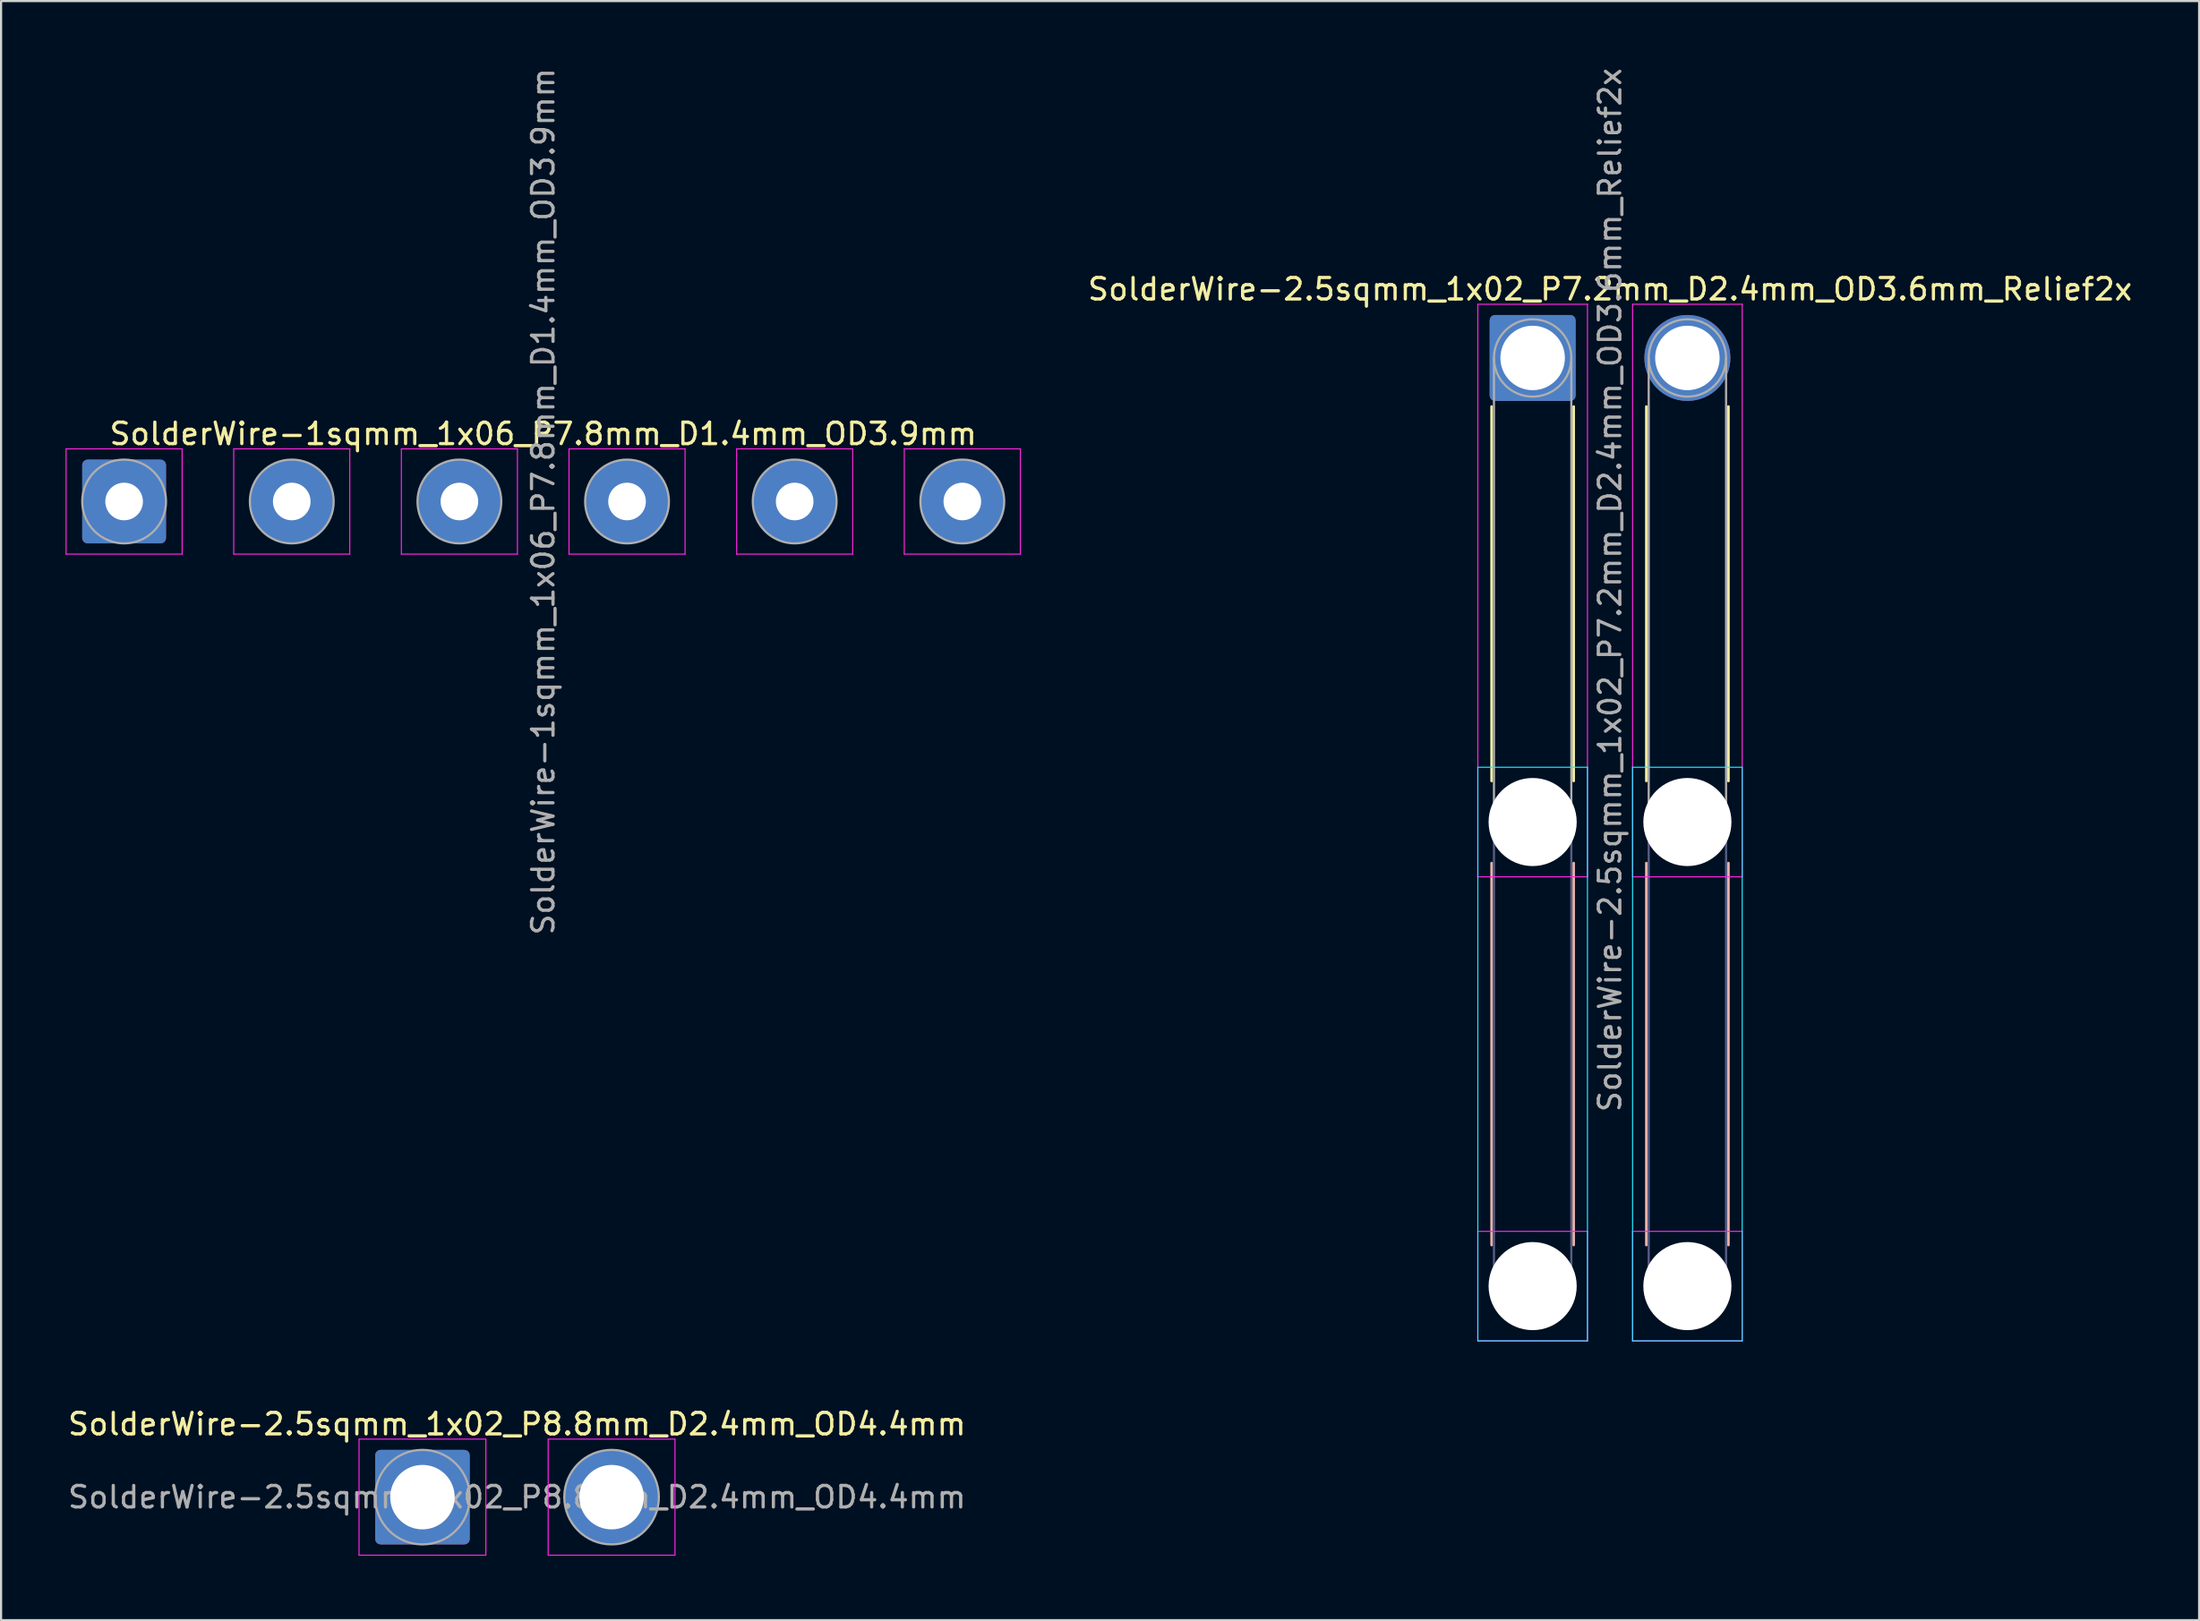
<source format=kicad_pcb>
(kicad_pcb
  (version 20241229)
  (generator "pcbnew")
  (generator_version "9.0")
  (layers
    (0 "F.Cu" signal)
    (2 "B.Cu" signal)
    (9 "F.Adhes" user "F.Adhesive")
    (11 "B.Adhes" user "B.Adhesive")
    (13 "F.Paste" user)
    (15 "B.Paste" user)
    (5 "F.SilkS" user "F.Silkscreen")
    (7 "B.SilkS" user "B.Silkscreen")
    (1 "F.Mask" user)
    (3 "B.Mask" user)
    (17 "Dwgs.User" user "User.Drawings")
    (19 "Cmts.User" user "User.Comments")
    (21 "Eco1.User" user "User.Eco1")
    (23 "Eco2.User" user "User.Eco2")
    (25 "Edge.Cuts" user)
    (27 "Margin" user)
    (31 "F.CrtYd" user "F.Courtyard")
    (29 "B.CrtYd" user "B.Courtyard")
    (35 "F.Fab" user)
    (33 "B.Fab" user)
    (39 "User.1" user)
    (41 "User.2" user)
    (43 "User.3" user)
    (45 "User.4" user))
  (footprint "SolderWire-1sqmm_1x06_P7.8mm_D1.4mm_OD3.9mm"
    (layer "F.Cu")
    (at 2.725 20.292)
    (property "Reference" "SolderWire-1sqmm_1x06_P7.8mm_D1.4mm_OD3.9mm" (at 19.5 -3.15 0) (layer "F.SilkS") (effects (font (size 1 1) (thickness 0.15))))
    (attr exclude_from_pos_files exclude_from_bom)
    (fp_line (start -2.7 -2.45) (end -2.7 2.45) (stroke (width 0.05) (type solid)) (layer "F.CrtYd"))
    (fp_line (start -2.7 2.45) (end 2.7 2.45) (stroke (width 0.05) (type solid)) (layer "F.CrtYd"))
    (fp_line (start 2.7 -2.45) (end -2.7 -2.45) (stroke (width 0.05) (type solid)) (layer "F.CrtYd"))
    (fp_line (start 2.7 2.45) (end 2.7 -2.45) (stroke (width 0.05) (type solid)) (layer "F.CrtYd"))
    (fp_line (start 5.1 -2.45) (end 5.1 2.45) (stroke (width 0.05) (type solid)) (layer "F.CrtYd"))
    (fp_line (start 5.1 2.45) (end 10.5 2.45) (stroke (width 0.05) (type solid)) (layer "F.CrtYd"))
    (fp_line (start 10.5 -2.45) (end 5.1 -2.45) (stroke (width 0.05) (type solid)) (layer "F.CrtYd"))
    (fp_line (start 10.5 2.45) (end 10.5 -2.45) (stroke (width 0.05) (type solid)) (layer "F.CrtYd"))
    (fp_line (start 12.9 -2.45) (end 12.9 2.45) (stroke (width 0.05) (type solid)) (layer "F.CrtYd"))
    (fp_line (start 12.9 2.45) (end 18.3 2.45) (stroke (width 0.05) (type solid)) (layer "F.CrtYd"))
    (fp_line (start 18.3 -2.45) (end 12.9 -2.45) (stroke (width 0.05) (type solid)) (layer "F.CrtYd"))
    (fp_line (start 18.3 2.45) (end 18.3 -2.45) (stroke (width 0.05) (type solid)) (layer "F.CrtYd"))
    (fp_line (start 20.7 -2.45) (end 20.7 2.45) (stroke (width 0.05) (type solid)) (layer "F.CrtYd"))
    (fp_line (start 20.7 2.45) (end 26.1 2.45) (stroke (width 0.05) (type solid)) (layer "F.CrtYd"))
    (fp_line (start 26.1 -2.45) (end 20.7 -2.45) (stroke (width 0.05) (type solid)) (layer "F.CrtYd"))
    (fp_line (start 26.1 2.45) (end 26.1 -2.45) (stroke (width 0.05) (type solid)) (layer "F.CrtYd"))
    (fp_line (start 28.5 -2.45) (end 28.5 2.45) (stroke (width 0.05) (type solid)) (layer "F.CrtYd"))
    (fp_line (start 28.5 2.45) (end 33.9 2.45) (stroke (width 0.05) (type solid)) (layer "F.CrtYd"))
    (fp_line (start 33.9 -2.45) (end 28.5 -2.45) (stroke (width 0.05) (type solid)) (layer "F.CrtYd"))
    (fp_line (start 33.9 2.45) (end 33.9 -2.45) (stroke (width 0.05) (type solid)) (layer "F.CrtYd"))
    (fp_line (start 36.3 -2.45) (end 36.3 2.45) (stroke (width 0.05) (type solid)) (layer "F.CrtYd"))
    (fp_line (start 36.3 2.45) (end 41.7 2.45) (stroke (width 0.05) (type solid)) (layer "F.CrtYd"))
    (fp_line (start 41.7 -2.45) (end 36.3 -2.45) (stroke (width 0.05) (type solid)) (layer "F.CrtYd"))
    (fp_line (start 41.7 2.45) (end 41.7 -2.45) (stroke (width 0.05) (type solid)) (layer "F.CrtYd"))
    (fp_circle (center 0 0) (end 1.95 0) (stroke (width 0.1) (type solid)) (fill no) (layer "F.Fab"))
    (fp_circle (center 7.8 0) (end 9.75 0) (stroke (width 0.1) (type solid)) (fill no) (layer "F.Fab"))
    (fp_circle (center 15.6 0) (end 17.55 0) (stroke (width 0.1) (type solid)) (fill no) (layer "F.Fab"))
    (fp_circle (center 23.4 0) (end 25.35 0) (stroke (width 0.1) (type solid)) (fill no) (layer "F.Fab"))
    (fp_circle (center 31.2 0) (end 33.15 0) (stroke (width 0.1) (type solid)) (fill no) (layer "F.Fab"))
    (fp_circle (center 39 0) (end 40.95 0) (stroke (width 0.1) (type solid)) (fill no) (layer "F.Fab"))
    (fp_text user "${REFERENCE}" (at 19.5 0 90) (layer "F.Fab") (effects (font (size 1 1) (thickness 0.15))))
    (pad "1" thru_hole roundrect (at 0 0) (size 3.9 3.9) (drill 1.75) (layers "*.Cu" "*.Mask") (roundrect_rratio 0.064))
    (pad "2" thru_hole circle (at 7.8 0) (size 3.9 3.9) (drill 1.75) (layers "*.Cu" "*.Mask"))
    (pad "3" thru_hole circle (at 15.6 0) (size 3.9 3.9) (drill 1.75) (layers "*.Cu" "*.Mask"))
    (pad "4" thru_hole circle (at 23.4 0) (size 3.9 3.9) (drill 1.75) (layers "*.Cu" "*.Mask"))
    (pad "5" thru_hole circle (at 31.2 0) (size 3.9 3.9) (drill 1.75) (layers "*.Cu" "*.Mask"))
    (pad "6" thru_hole circle (at 39 0) (size 3.9 3.9) (drill 1.75) (layers "*.Cu" "*.Mask")))
  (footprint "SolderWire-2.5sqmm_1x02_P8.8mm_D2.4mm_OD4.4mm"
    (layer "F.Cu")
    (at 16.606 66.634)
    (property "Reference" "SolderWire-2.5sqmm_1x02_P8.8mm_D2.4mm_OD4.4mm" (at 4.4 -3.4 0) (layer "F.SilkS") (effects (font (size 1 1) (thickness 0.15))))
    (attr exclude_from_pos_files exclude_from_bom)
    (fp_line (start -2.95 -2.7) (end -2.95 2.7) (stroke (width 0.05) (type solid)) (layer "F.CrtYd"))
    (fp_line (start -2.95 2.7) (end 2.95 2.7) (stroke (width 0.05) (type solid)) (layer "F.CrtYd"))
    (fp_line (start 2.95 -2.7) (end -2.95 -2.7) (stroke (width 0.05) (type solid)) (layer "F.CrtYd"))
    (fp_line (start 2.95 2.7) (end 2.95 -2.7) (stroke (width 0.05) (type solid)) (layer "F.CrtYd"))
    (fp_line (start 5.85 -2.7) (end 5.85 2.7) (stroke (width 0.05) (type solid)) (layer "F.CrtYd"))
    (fp_line (start 5.85 2.7) (end 11.75 2.7) (stroke (width 0.05) (type solid)) (layer "F.CrtYd"))
    (fp_line (start 11.75 -2.7) (end 5.85 -2.7) (stroke (width 0.05) (type solid)) (layer "F.CrtYd"))
    (fp_line (start 11.75 2.7) (end 11.75 -2.7) (stroke (width 0.05) (type solid)) (layer "F.CrtYd"))
    (fp_circle (center 0 0) (end 2.2 0) (stroke (width 0.1) (type solid)) (fill no) (layer "F.Fab"))
    (fp_circle (center 8.8 0) (end 11 0) (stroke (width 0.1) (type solid)) (fill no) (layer "F.Fab"))
    (fp_text user "${REFERENCE}" (at 4.4 0 0) (layer "F.Fab") (effects (font (size 1 1) (thickness 0.15))))
    (pad "1" thru_hole roundrect (at 0 0) (size 4.4 4.4) (drill 3) (layers "*.Cu" "*.Mask") (roundrect_rratio 0.057))
    (pad "2" thru_hole circle (at 8.8 0) (size 4.4 4.4) (drill 3) (layers "*.Cu" "*.Mask")))
  (footprint "SolderWire-2.5sqmm_1x02_P7.2mm_D2.4mm_OD3.6mm_Relief2x"
    (layer "F.Cu")
    (at 68.261 13.611)
    (property "Reference" "SolderWire-2.5sqmm_1x02_P7.2mm_D2.4mm_OD3.6mm_Relief2x" (at 3.6 -3.2 0) (layer "F.SilkS") (effects (font (size 1 1) (thickness 0.15))))
    (attr exclude_from_pos_files exclude_from_bom)
    (fp_line (start -1.91 2.26) (end -1.91 19.69) (stroke (width 0.12) (type solid)) (layer "F.SilkS"))
    (fp_line (start 1.91 2.26) (end 1.91 19.69) (stroke (width 0.12) (type solid)) (layer "F.SilkS"))
    (fp_line (start 5.29 2.26) (end 5.29 19.69) (stroke (width 0.12) (type solid)) (layer "F.SilkS"))
    (fp_line (start 9.11 2.26) (end 9.11 19.69) (stroke (width 0.12) (type solid)) (layer "F.SilkS"))
    (fp_line (start -1.91 23.51) (end -1.91 41.29) (stroke (width 0.12) (type solid)) (layer "B.SilkS"))
    (fp_line (start 1.91 23.51) (end 1.91 41.29) (stroke (width 0.12) (type solid)) (layer "B.SilkS"))
    (fp_line (start 5.29 23.51) (end 5.29 41.29) (stroke (width 0.12) (type solid)) (layer "B.SilkS"))
    (fp_line (start 9.11 23.51) (end 9.11 41.29) (stroke (width 0.12) (type solid)) (layer "B.SilkS"))
    (fp_line (start -2.55 19.05) (end -2.55 45.75) (stroke (width 0.05) (type solid)) (layer "B.CrtYd"))
    (fp_line (start -2.55 45.75) (end 2.55 45.75) (stroke (width 0.05) (type solid)) (layer "B.CrtYd"))
    (fp_line (start 2.55 19.05) (end -2.55 19.05) (stroke (width 0.05) (type solid)) (layer "B.CrtYd"))
    (fp_line (start 2.55 45.75) (end 2.55 19.05) (stroke (width 0.05) (type solid)) (layer "B.CrtYd"))
    (fp_line (start 4.65 19.05) (end 4.65 45.75) (stroke (width 0.05) (type solid)) (layer "B.CrtYd"))
    (fp_line (start 4.65 45.75) (end 9.75 45.75) (stroke (width 0.05) (type solid)) (layer "B.CrtYd"))
    (fp_line (start 9.75 19.05) (end 4.65 19.05) (stroke (width 0.05) (type solid)) (layer "B.CrtYd"))
    (fp_line (start 9.75 45.75) (end 9.75 19.05) (stroke (width 0.05) (type solid)) (layer "B.CrtYd"))
    (fp_line (start -2.55 -2.5) (end -2.55 24.15) (stroke (width 0.05) (type solid)) (layer "F.CrtYd"))
    (fp_line (start -2.55 24.15) (end 2.55 24.15) (stroke (width 0.05) (type solid)) (layer "F.CrtYd"))
    (fp_line (start -2.55 40.65) (end -2.55 45.75) (stroke (width 0.05) (type solid)) (layer "F.CrtYd"))
    (fp_line (start -2.55 45.75) (end 2.55 45.75) (stroke (width 0.05) (type solid)) (layer "F.CrtYd"))
    (fp_line (start 2.55 -2.5) (end -2.55 -2.5) (stroke (width 0.05) (type solid)) (layer "F.CrtYd"))
    (fp_line (start 2.55 24.15) (end 2.55 -2.5) (stroke (width 0.05) (type solid)) (layer "F.CrtYd"))
    (fp_line (start 2.55 40.65) (end -2.55 40.65) (stroke (width 0.05) (type solid)) (layer "F.CrtYd"))
    (fp_line (start 2.55 45.75) (end 2.55 40.65) (stroke (width 0.05) (type solid)) (layer "F.CrtYd"))
    (fp_line (start 4.65 -2.5) (end 4.65 24.15) (stroke (width 0.05) (type solid)) (layer "F.CrtYd"))
    (fp_line (start 4.65 24.15) (end 9.75 24.15) (stroke (width 0.05) (type solid)) (layer "F.CrtYd"))
    (fp_line (start 4.65 40.65) (end 4.65 45.75) (stroke (width 0.05) (type solid)) (layer "F.CrtYd"))
    (fp_line (start 4.65 45.75) (end 9.75 45.75) (stroke (width 0.05) (type solid)) (layer "F.CrtYd"))
    (fp_line (start 9.75 -2.5) (end 4.65 -2.5) (stroke (width 0.05) (type solid)) (layer "F.CrtYd"))
    (fp_line (start 9.75 24.15) (end 9.75 -2.5) (stroke (width 0.05) (type solid)) (layer "F.CrtYd"))
    (fp_line (start 9.75 40.65) (end 4.65 40.65) (stroke (width 0.05) (type solid)) (layer "F.CrtYd"))
    (fp_line (start 9.75 45.75) (end 9.75 40.65) (stroke (width 0.05) (type solid)) (layer "F.CrtYd"))
    (fp_line (start -1.8 21.6) (end -1.8 43.2) (stroke (width 0.1) (type solid)) (layer "B.Fab"))
    (fp_line (start 1.8 21.6) (end 1.8 43.2) (stroke (width 0.1) (type solid)) (layer "B.Fab"))
    (fp_line (start 5.4 21.6) (end 5.4 43.2) (stroke (width 0.1) (type solid)) (layer "B.Fab"))
    (fp_line (start 9 21.6) (end 9 43.2) (stroke (width 0.1) (type solid)) (layer "B.Fab"))
    (fp_circle (center 0 21.6) (end 1.8 21.6) (stroke (width 0.1) (type solid)) (fill no) (layer "B.Fab"))
    (fp_circle (center 0 43.2) (end 1.8 43.2) (stroke (width 0.1) (type solid)) (fill no) (layer "B.Fab"))
    (fp_circle (center 7.2 21.6) (end 9 21.6) (stroke (width 0.1) (type solid)) (fill no) (layer "B.Fab"))
    (fp_circle (center 7.2 43.2) (end 9 43.2) (stroke (width 0.1) (type solid)) (fill no) (layer "B.Fab"))
    (fp_line (start -1.8 0) (end -1.8 21.6) (stroke (width 0.1) (type solid)) (layer "F.Fab"))
    (fp_line (start 1.8 0) (end 1.8 21.6) (stroke (width 0.1) (type solid)) (layer "F.Fab"))
    (fp_line (start 5.4 0) (end 5.4 21.6) (stroke (width 0.1) (type solid)) (layer "F.Fab"))
    (fp_line (start 9 0) (end 9 21.6) (stroke (width 0.1) (type solid)) (layer "F.Fab"))
    (fp_circle (center 0 0) (end 1.8 0) (stroke (width 0.1) (type solid)) (fill no) (layer "F.Fab"))
    (fp_circle (center 0 21.6) (end 1.8 21.6) (stroke (width 0.1) (type solid)) (fill no) (layer "F.Fab"))
    (fp_circle (center 0 43.2) (end 1.8 43.2) (stroke (width 0.1) (type solid)) (fill no) (layer "F.Fab"))
    (fp_circle (center 7.2 0) (end 9 0) (stroke (width 0.1) (type solid)) (fill no) (layer "F.Fab"))
    (fp_circle (center 7.2 21.6) (end 9 21.6) (stroke (width 0.1) (type solid)) (fill no) (layer "F.Fab"))
    (fp_circle (center 7.2 43.2) (end 9 43.2) (stroke (width 0.1) (type solid)) (fill no) (layer "F.Fab"))
    (fp_text user "${REFERENCE}" (at 3.6 10.8 90) (layer "F.Fab") (effects (font (size 1 1) (thickness 0.15))))
    (pad "" np_thru_hole circle (at 0 21.6) (size 4.1 4.1) (drill 4.1) (layers "*.Cu" "*.Mask"))
    (pad "" np_thru_hole circle (at 0 43.2) (size 4.1 4.1) (drill 4.1) (layers "*.Cu" "*.Mask"))
    (pad "" np_thru_hole circle (at 7.2 21.6) (size 4.1 4.1) (drill 4.1) (layers "*.Cu" "*.Mask"))
    (pad "" np_thru_hole circle (at 7.2 43.2) (size 4.1 4.1) (drill 4.1) (layers "*.Cu" "*.Mask"))
    (pad "1" thru_hole roundrect (at 0 0) (size 4 4) (drill 3) (layers "*.Cu" "*.Mask") (roundrect_rratio 0.062))
    (pad "2" thru_hole circle (at 7.2 0) (size 4 4) (drill 3) (layers "*.Cu" "*.Mask")))
  (gr_rect
    (start -3 -3)
    (end 99.271 72.359)
    (stroke (width 0.1) (type default))
    (fill no)
    (layer "Edge.Cuts")))
</source>
